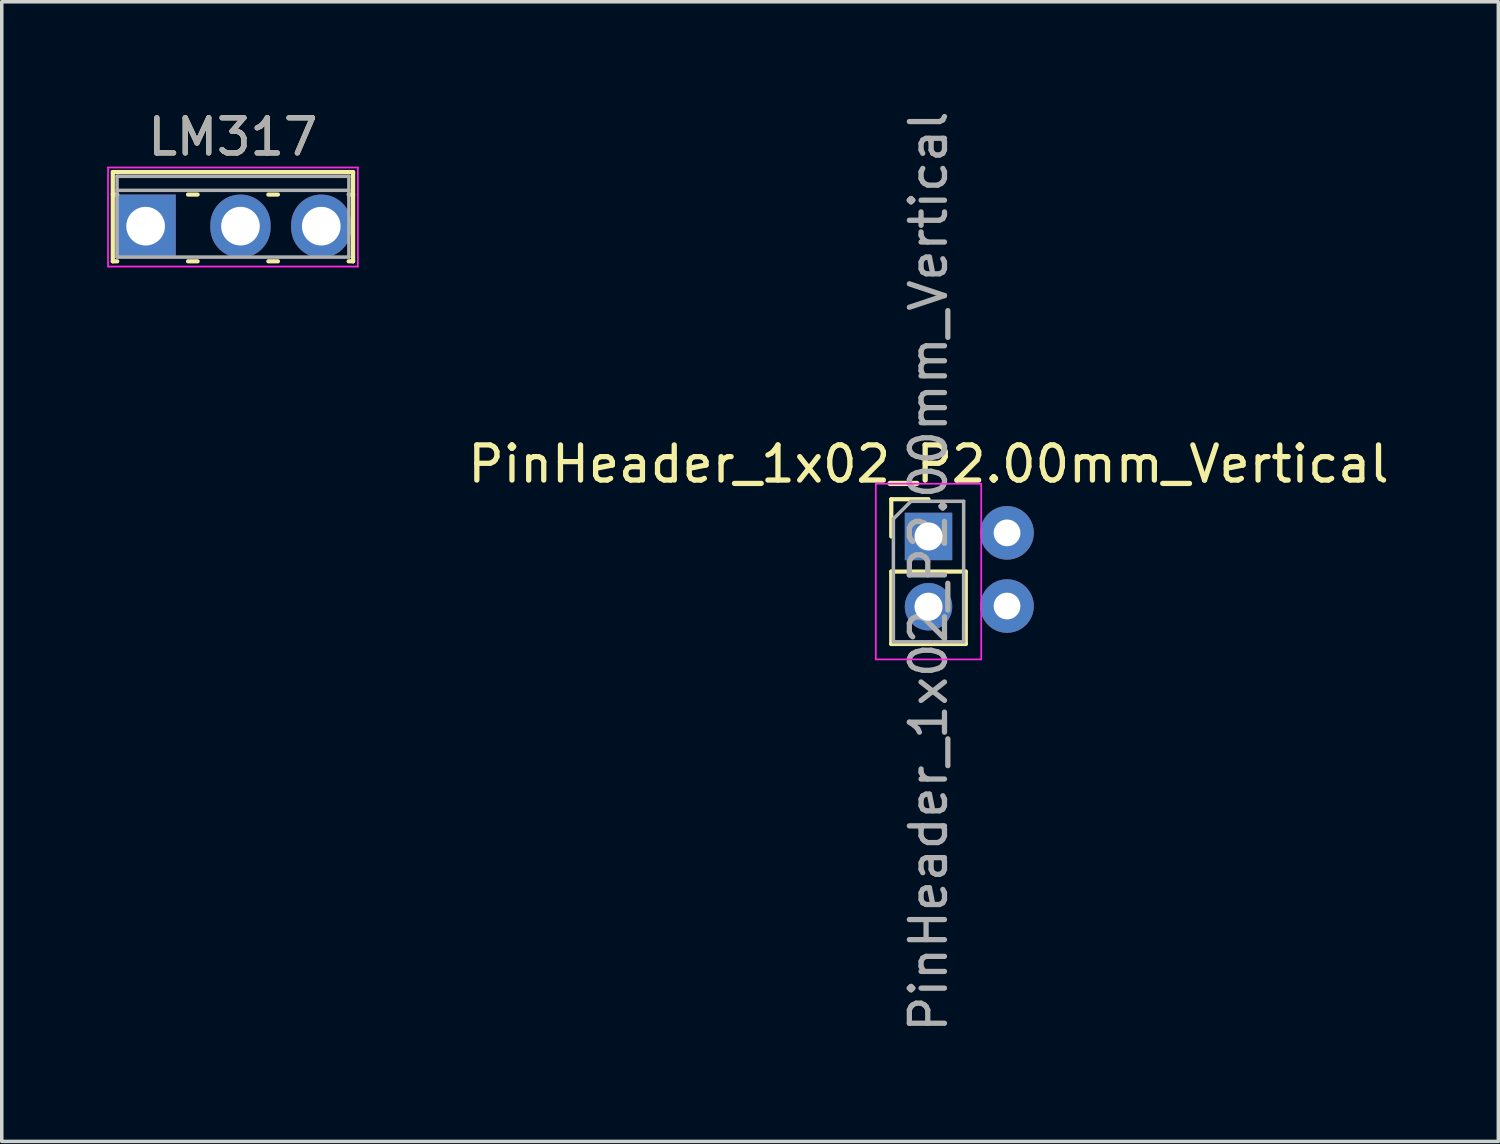
<source format=kicad_pcb>
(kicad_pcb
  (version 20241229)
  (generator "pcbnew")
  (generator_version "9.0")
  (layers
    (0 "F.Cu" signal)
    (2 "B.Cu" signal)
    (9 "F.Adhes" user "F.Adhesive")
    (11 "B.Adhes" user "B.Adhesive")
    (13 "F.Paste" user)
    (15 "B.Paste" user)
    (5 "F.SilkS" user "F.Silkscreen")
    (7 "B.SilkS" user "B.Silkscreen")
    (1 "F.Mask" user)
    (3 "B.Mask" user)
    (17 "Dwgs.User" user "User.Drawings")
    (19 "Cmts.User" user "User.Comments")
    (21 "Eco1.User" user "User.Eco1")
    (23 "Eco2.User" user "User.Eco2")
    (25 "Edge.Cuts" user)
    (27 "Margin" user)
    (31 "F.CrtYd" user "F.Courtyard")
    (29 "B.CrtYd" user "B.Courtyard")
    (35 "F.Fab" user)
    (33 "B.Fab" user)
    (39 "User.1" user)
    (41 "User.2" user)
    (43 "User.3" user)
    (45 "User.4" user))
  (footprint "PinHeader_1x02_P2.00mm_Vertical"
    (layer "F.Cu")
    (at 23.38 12.22)
    (property "Reference" "PinHeader_1x02_P2.00mm_Vertical" (at 0 -2.06 180) (layer "F.SilkS") (effects (font (size 1 1) (thickness 0.15))))
    (attr through_hole)
    (fp_line (start -1.06 -1.06) (end 0 -1.06) (stroke (width 0.12) (type solid)) (layer "F.SilkS"))
    (fp_line (start -1.06 0) (end -1.06 -1.06) (stroke (width 0.12) (type solid)) (layer "F.SilkS"))
    (fp_line (start -1.06 1) (end -1.06 3.06) (stroke (width 0.12) (type solid)) (layer "F.SilkS"))
    (fp_line (start -1.06 1) (end 1.06 1) (stroke (width 0.12) (type solid)) (layer "F.SilkS"))
    (fp_line (start -1.06 3.06) (end 1.06 3.06) (stroke (width 0.12) (type solid)) (layer "F.SilkS"))
    (fp_line (start 1.06 1) (end 1.06 3.06) (stroke (width 0.12) (type solid)) (layer "F.SilkS"))
    (fp_line (start -1.5 -1.5) (end -1.5 3.5) (stroke (width 0.05) (type solid)) (layer "F.CrtYd"))
    (fp_line (start -1.5 3.5) (end 1.5 3.5) (stroke (width 0.05) (type solid)) (layer "F.CrtYd"))
    (fp_line (start 1.5 -1.5) (end -1.5 -1.5) (stroke (width 0.05) (type solid)) (layer "F.CrtYd"))
    (fp_line (start 1.5 3.5) (end 1.5 -1.5) (stroke (width 0.05) (type solid)) (layer "F.CrtYd"))
    (fp_line (start -1 -0.5) (end -0.5 -1) (stroke (width 0.1) (type solid)) (layer "F.Fab"))
    (fp_line (start -1 3) (end -1 -0.5) (stroke (width 0.1) (type solid)) (layer "F.Fab"))
    (fp_line (start -0.5 -1) (end 1 -1) (stroke (width 0.1) (type solid)) (layer "F.Fab"))
    (fp_line (start 1 -1) (end 1 3) (stroke (width 0.1) (type solid)) (layer "F.Fab"))
    (fp_line (start 1 3) (end -1 3) (stroke (width 0.1) (type solid)) (layer "F.Fab"))
    (fp_text user "${REFERENCE}" (at 0 1 90) (layer "F.Fab") (effects (font (size 1 1) (thickness 0.15))))
    (pad "1" thru_hole rect (at 0 0) (size 1.35 1.35) (drill 0.8) (layers "*.Cu" "*.Mask"))
    (pad "2" thru_hole oval (at 0 2) (size 1.35 1.35) (drill 0.8) (layers "*.Cu" "*.Mask"))
    (pad "3" thru_hole circle (at 2.235 -0.102) (size 1.524 1.524) (drill 0.762) (layers "*.Cu" "*.Mask"))
    (pad "4" thru_hole circle (at 2.235 1.981) (size 1.524 1.524) (drill 0.762) (layers "*.Cu" "*.Mask")))
  (footprint "LM317"
    (layer "F.Cu")
    (at 1.295 3.388)
    (property "Reference" "LM317" (at 2.286 -2.54 0) (layer "F.SilkS") (effects (font (size 1 1) (thickness 0.15))))
    (attr through_hole)
    (fp_line (start -1.134 -1.54) (end -1.134 1) (stroke (width 0.12) (type solid)) (layer "F.SilkS"))
    (fp_line (start -1.134 -1.54) (end 5.706 -1.54) (stroke (width 0.12) (type solid)) (layer "F.SilkS"))
    (fp_line (start -1.134 -0.9) (end -1.008 -0.9) (stroke (width 0.12) (type solid)) (layer "F.SilkS"))
    (fp_line (start -1.134 1) (end -1.008 1) (stroke (width 0.12) (type solid)) (layer "F.SilkS"))
    (fp_line (start 1.008 -0.9) (end 1.279 -0.9) (stroke (width 0.12) (type solid)) (layer "F.SilkS"))
    (fp_line (start 1.008 1) (end 1.279 1) (stroke (width 0.12) (type solid)) (layer "F.SilkS"))
    (fp_line (start 3.294 -0.9) (end 3.565 -0.9) (stroke (width 0.12) (type solid)) (layer "F.SilkS"))
    (fp_line (start 3.294 1) (end 3.565 1) (stroke (width 0.12) (type solid)) (layer "F.SilkS"))
    (fp_line (start 5.58 -0.9) (end 5.706 -0.9) (stroke (width 0.12) (type solid)) (layer "F.SilkS"))
    (fp_line (start 5.58 1) (end 5.706 1) (stroke (width 0.12) (type solid)) (layer "F.SilkS"))
    (fp_line (start 5.706 -1.54) (end 5.706 1) (stroke (width 0.12) (type solid)) (layer "F.SilkS"))
    (fp_line (start -1.27 -1.67) (end -1.27 1.15) (stroke (width 0.05) (type solid)) (layer "F.CrtYd"))
    (fp_line (start -1.27 1.15) (end 5.84 1.15) (stroke (width 0.05) (type solid)) (layer "F.CrtYd"))
    (fp_line (start 5.84 -1.67) (end -1.27 -1.67) (stroke (width 0.05) (type solid)) (layer "F.CrtYd"))
    (fp_line (start 5.84 1.15) (end 5.84 -1.67) (stroke (width 0.05) (type solid)) (layer "F.CrtYd"))
    (fp_line (start -1.014 -1.42) (end -1.014 0.88) (stroke (width 0.1) (type solid)) (layer "F.Fab"))
    (fp_line (start -1.014 -1.02) (end 5.586 -1.02) (stroke (width 0.1) (type solid)) (layer "F.Fab"))
    (fp_line (start -1.014 0.88) (end 5.586 0.88) (stroke (width 0.1) (type solid)) (layer "F.Fab"))
    (fp_line (start 5.586 -1.42) (end -1.014 -1.42) (stroke (width 0.1) (type solid)) (layer "F.Fab"))
    (fp_line (start 5.586 0.88) (end 5.586 -1.42) (stroke (width 0.1) (type solid)) (layer "F.Fab"))
    (fp_text user "${REFERENCE}" (at 2.286 -2.54 0) (layer "F.Fab") (effects (font (size 1 1) (thickness 0.15))))
    (pad "1" thru_hole rect (at -0.2 0) (size 1.714 1.8) (drill 1.1) (layers "*.Cu" "*.Mask"))
    (pad "2" thru_hole oval (at 2.5 0) (size 1.714 1.8) (drill 1.1) (layers "*.Cu" "*.Mask"))
    (pad "3" thru_hole oval (at 4.8 0) (size 1.714 1.8) (drill 1.1) (layers "*.Cu" "*.Mask")))
  (gr_rect
    (start -3 -3)
    (end 39.6 29.44)
    (stroke (width 0.1) (type default))
    (fill no)
    (layer "Edge.Cuts")))
</source>
